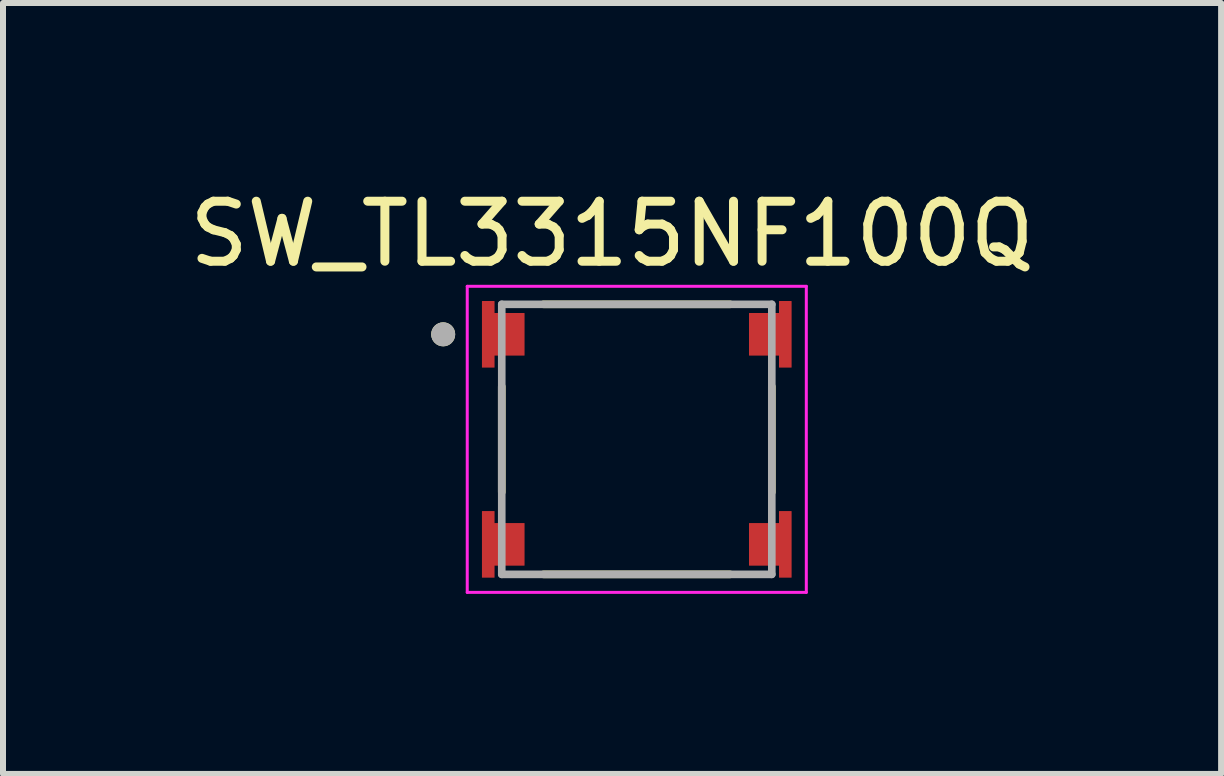
<source format=kicad_pcb>
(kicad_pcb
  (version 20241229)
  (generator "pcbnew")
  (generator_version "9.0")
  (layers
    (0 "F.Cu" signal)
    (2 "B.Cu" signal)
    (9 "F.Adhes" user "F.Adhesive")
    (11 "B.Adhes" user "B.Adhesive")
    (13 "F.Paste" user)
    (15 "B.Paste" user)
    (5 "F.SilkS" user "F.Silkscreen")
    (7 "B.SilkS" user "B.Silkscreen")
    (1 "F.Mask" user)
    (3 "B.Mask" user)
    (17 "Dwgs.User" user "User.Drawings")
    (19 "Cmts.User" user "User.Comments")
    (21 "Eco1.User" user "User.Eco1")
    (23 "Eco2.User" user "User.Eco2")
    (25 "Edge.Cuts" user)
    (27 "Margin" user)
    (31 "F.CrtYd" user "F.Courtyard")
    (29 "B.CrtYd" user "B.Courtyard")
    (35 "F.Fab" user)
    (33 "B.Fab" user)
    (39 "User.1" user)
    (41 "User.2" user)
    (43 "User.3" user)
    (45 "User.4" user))
  (footprint "SW_TL3315NF100Q"
    (layer "F.Cu")
    (at 7.561 4.271)
    (property "Reference" "SW_TL3315NF100Q" (at -0.412 -3.423 0) (layer "F.SilkS") (effects (font (size 1 1) (thickness 0.15))))
    (attr smd)
    (fp_poly (pts (xy -2.675 -2.4) (xy -2.675 -1.1) (xy -2.275 -1.1) (xy -2.275 -1.3) (xy -1.775 -1.3) (xy -1.775 -2.2) (xy -2.275 -2.2) (xy -2.275 -2.4)) (stroke (width 0.01) (type solid)) (fill yes) (layer "F.Mask"))
    (fp_poly (pts (xy -2.275 2.4) (xy -2.675 2.4) (xy -2.675 1.1) (xy -2.275 1.1) (xy -2.275 1.3) (xy -1.775 1.3) (xy -1.775 2.2) (xy -2.275 2.2)) (stroke (width 0.01) (type solid)) (fill yes) (layer "F.Mask"))
    (fp_poly (pts (xy 2.275 -1.3) (xy 1.775 -1.3) (xy 1.775 -2.2) (xy 2.275 -2.2) (xy 2.275 -2.4) (xy 2.675 -2.4) (xy 2.675 -1.1) (xy 2.275 -1.1)) (stroke (width 0.01) (type solid)) (fill yes) (layer "F.Mask"))
    (fp_poly (pts (xy 2.275 2.2) (xy 1.775 2.2) (xy 1.775 1.3) (xy 2.275 1.3) (xy 2.275 1.1) (xy 2.675 1.1) (xy 2.675 2.4) (xy 2.275 2.4)) (stroke (width 0.01) (type solid)) (fill yes) (layer "F.Mask"))
    (fp_line (start -2.25 -0.88) (end -2.25 0.88) (stroke (width 0.127) (type solid)) (layer "F.SilkS"))
    (fp_line (start -1.555 -2.25) (end 1.555 -2.25) (stroke (width 0.127) (type solid)) (layer "F.SilkS"))
    (fp_line (start -1.555 2.25) (end 1.555 2.25) (stroke (width 0.127) (type solid)) (layer "F.SilkS"))
    (fp_line (start 2.25 -0.88) (end 2.25 0.88) (stroke (width 0.127) (type solid)) (layer "F.SilkS"))
    (fp_circle (center -3.226 -1.75) (end -3.126 -1.75) (stroke (width 0.2) (type solid)) (fill no) (layer "F.SilkS"))
    (fp_poly (pts (xy -2.375 -1.2) (xy -2.575 -1.2) (xy -2.575 -2.3) (xy -2.375 -2.3) (xy -2.375 -2.1) (xy -1.875 -2.1) (xy -1.875 -1.4) (xy -2.375 -1.4)) (stroke (width 0.01) (type solid)) (fill yes) (layer "F.Paste"))
    (fp_poly (pts (xy -2.375 2.3) (xy -2.575 2.3) (xy -2.575 1.2) (xy -2.375 1.2) (xy -2.375 1.4) (xy -1.875 1.4) (xy -1.875 2.1) (xy -2.375 2.1)) (stroke (width 0.01) (type solid)) (fill yes) (layer "F.Paste"))
    (fp_poly (pts (xy 2.375 -1.4) (xy 1.875 -1.4) (xy 1.875 -2.1) (xy 2.375 -2.1) (xy 2.375 -2.3) (xy 2.575 -2.3) (xy 2.575 -1.2) (xy 2.375 -1.2)) (stroke (width 0.01) (type solid)) (fill yes) (layer "F.Paste"))
    (fp_poly (pts (xy 2.375 2.1) (xy 1.875 2.1) (xy 1.875 1.4) (xy 2.375 1.4) (xy 2.375 1.2) (xy 2.575 1.2) (xy 2.575 2.3) (xy 2.375 2.3)) (stroke (width 0.01) (type solid)) (fill yes) (layer "F.Paste"))
    (fp_line (start -2.825 -2.55) (end -2.825 2.55) (stroke (width 0.05) (type solid)) (layer "F.CrtYd"))
    (fp_line (start -2.825 2.55) (end 2.825 2.55) (stroke (width 0.05) (type solid)) (layer "F.CrtYd"))
    (fp_line (start 2.825 -2.55) (end -2.825 -2.55) (stroke (width 0.05) (type solid)) (layer "F.CrtYd"))
    (fp_line (start 2.825 2.55) (end 2.825 -2.55) (stroke (width 0.05) (type solid)) (layer "F.CrtYd"))
    (fp_line (start -2.25 -2.25) (end 2.25 -2.25) (stroke (width 0.127) (type solid)) (layer "F.Fab"))
    (fp_line (start -2.25 2.25) (end -2.25 -2.25) (stroke (width 0.127) (type solid)) (layer "F.Fab"))
    (fp_line (start 2.25 -2.25) (end 2.25 2.25) (stroke (width 0.127) (type solid)) (layer "F.Fab"))
    (fp_line (start 2.25 2.25) (end -2.25 2.25) (stroke (width 0.127) (type solid)) (layer "F.Fab"))
    (fp_circle (center -3.226 -1.75) (end -3.126 -1.75) (stroke (width 0.2) (type solid)) (fill no) (layer "F.Fab"))
    (pad "1" smd custom (at -2.23 -1.75) (size 0.5 0.5) (layers "F.Cu") (options (anchor rect)) (primitives (gr_poly (pts (xy -0.145 0.55) (xy -0.345 0.55) (xy -0.345 -0.55) (xy -0.145 -0.55) (xy -0.145 -0.35) (xy 0.355 -0.35) (xy 0.355 0.35) (xy -0.145 0.35)) (width 0.01) (fill yes))))
    (pad "1" smd custom (at 2.23 -1.75) (size 0.5 0.5) (layers "F.Cu") (options (anchor rect)) (primitives (gr_poly (pts (xy 0.145 0.35) (xy -0.355 0.35) (xy -0.355 -0.35) (xy 0.145 -0.35) (xy 0.145 -0.55) (xy 0.345 -0.55) (xy 0.345 0.55) (xy 0.145 0.55)) (width 0.01) (fill yes))))
    (pad "2" smd custom (at -2.23 1.75) (size 0.5 0.5) (layers "F.Cu") (options (anchor rect)) (primitives (gr_poly (pts (xy -0.145 0.55) (xy -0.345 0.55) (xy -0.345 -0.55) (xy -0.145 -0.55) (xy -0.145 -0.35) (xy 0.355 -0.35) (xy 0.355 0.35) (xy -0.145 0.35)) (width 0.01) (fill yes))))
    (pad "2" smd custom (at 2.23 1.75) (size 0.5 0.5) (layers "F.Cu") (options (anchor rect)) (primitives (gr_poly (pts (xy 0.145 0.35) (xy -0.355 0.35) (xy -0.355 -0.35) (xy 0.145 -0.35) (xy 0.145 -0.55) (xy 0.345 -0.55) (xy 0.345 0.55) (xy 0.145 0.55)) (width 0.01) (fill yes)))))
  (gr_rect
    (start -3 -3)
    (end 17.298 9.846)
    (stroke (width 0.1) (type default))
    (fill no)
    (layer "Edge.Cuts")))
</source>
